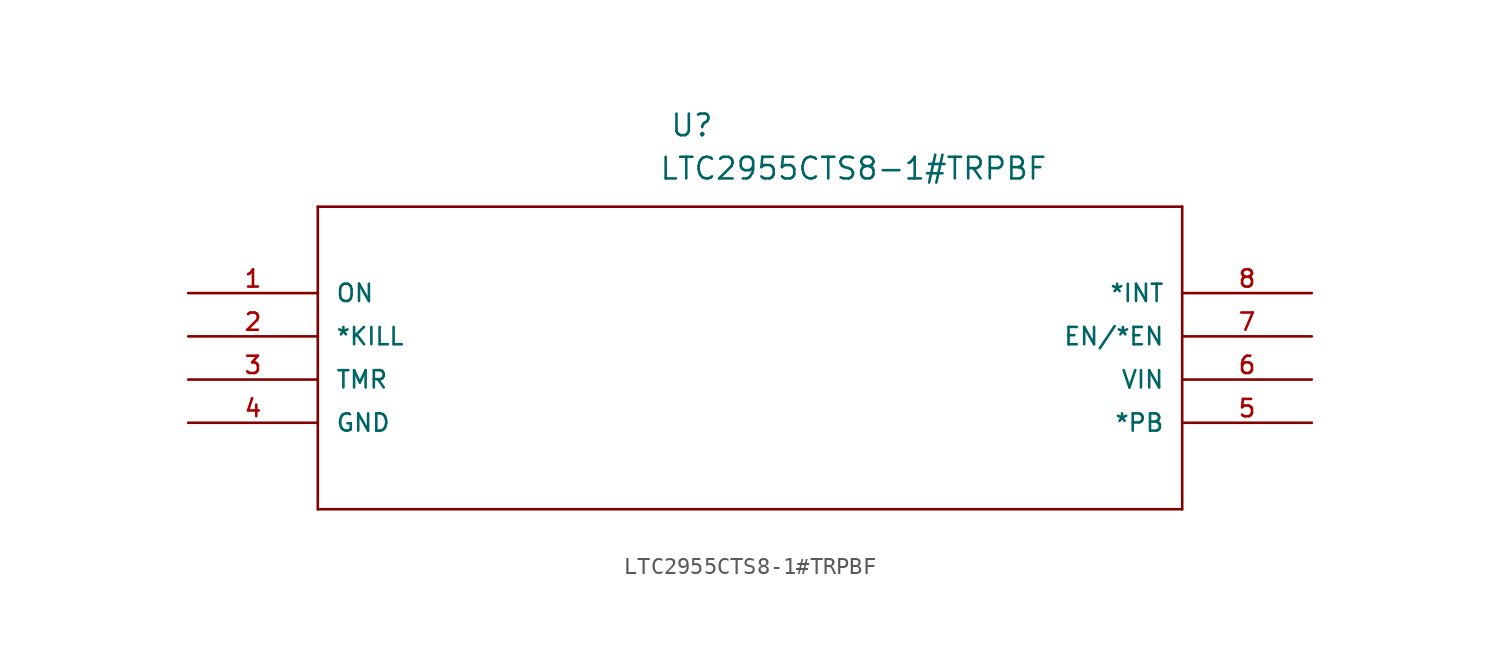
<source format=kicad_sym>
(kicad_symbol_lib
  (version 20211014)
  (generator kicad_symbol_editor)
  (symbol "LTC2955CTS8-1#TRPBF"
    (pin_names
      (offset 1.016))
    (property "Reference" "U"
      (at 28.296 9.119 0)
      (effects (font (size 1.27 1.27)) (justify left bottom)))
    (property "Value" "LTC2955CTS8-1#TRPBF"
      (at 27.661 6.579 0)
      (effects (font (size 1.27 1.27)) (justify left bottom)))
    (property "ki_locked" ""
      (at 0 0 0)
      (effects (font (size 1.27 1.27))))
    (symbol "LTC2955CTS8-1#TRPBF_0_0"
      (polyline (pts (xy 7.62 -12.7) (xy 58.42 -12.7)) (stroke (width 0.152) (type default) (color 0 0 0 0)) (fill (type none)))
      (polyline (pts (xy 7.62 5.08) (xy 7.62 -12.7)) (stroke (width 0.152) (type default) (color 0 0 0 0)) (fill (type none)))
      (polyline (pts (xy 58.42 -12.7) (xy 58.42 5.08)) (stroke (width 0.152) (type default) (color 0 0 0 0)) (fill (type none)))
      (polyline (pts (xy 58.42 5.08) (xy 7.62 5.08)) (stroke (width 0.152) (type default) (color 0 0 0 0)) (fill (type none)))
      (pin input line (at 0 0 0) (length 7.62) (name "ON" (effects (font (size 1.016 1.016)))) (number "1" (effects (font (size 1.016 1.016)))))
      (pin input line (at 0 -2.54 0) (length 7.62) (name "*KILL" (effects (font (size 1.016 1.016)))) (number "2" (effects (font (size 1.016 1.016)))))
      (pin passive line (at 0 -5.08 0) (length 7.62) (name "TMR" (effects (font (size 1.016 1.016)))) (number "3" (effects (font (size 1.016 1.016)))))
      (pin power_in line (at 0 -7.62 0) (length 7.62) (name "GND" (effects (font (size 1.016 1.016)))) (number "4" (effects (font (size 1.016 1.016)))))
      (pin input line (at 66.04 -7.62 180) (length 7.62) (name "*PB" (effects (font (size 1.016 1.016)))) (number "5" (effects (font (size 1.016 1.016)))))
      (pin input line (at 66.04 -5.08 180) (length 7.62) (name "VIN" (effects (font (size 1.016 1.016)))) (number "6" (effects (font (size 1.016 1.016)))))
      (pin output line (at 66.04 -2.54 180) (length 7.62) (name "EN/*EN" (effects (font (size 1.016 1.016)))) (number "7" (effects (font (size 1.016 1.016)))))
      (pin output line (at 66.04 0 180) (length 7.62) (name "*INT" (effects (font (size 1.016 1.016)))) (number "8" (effects (font (size 1.016 1.016))))))))
</source>
